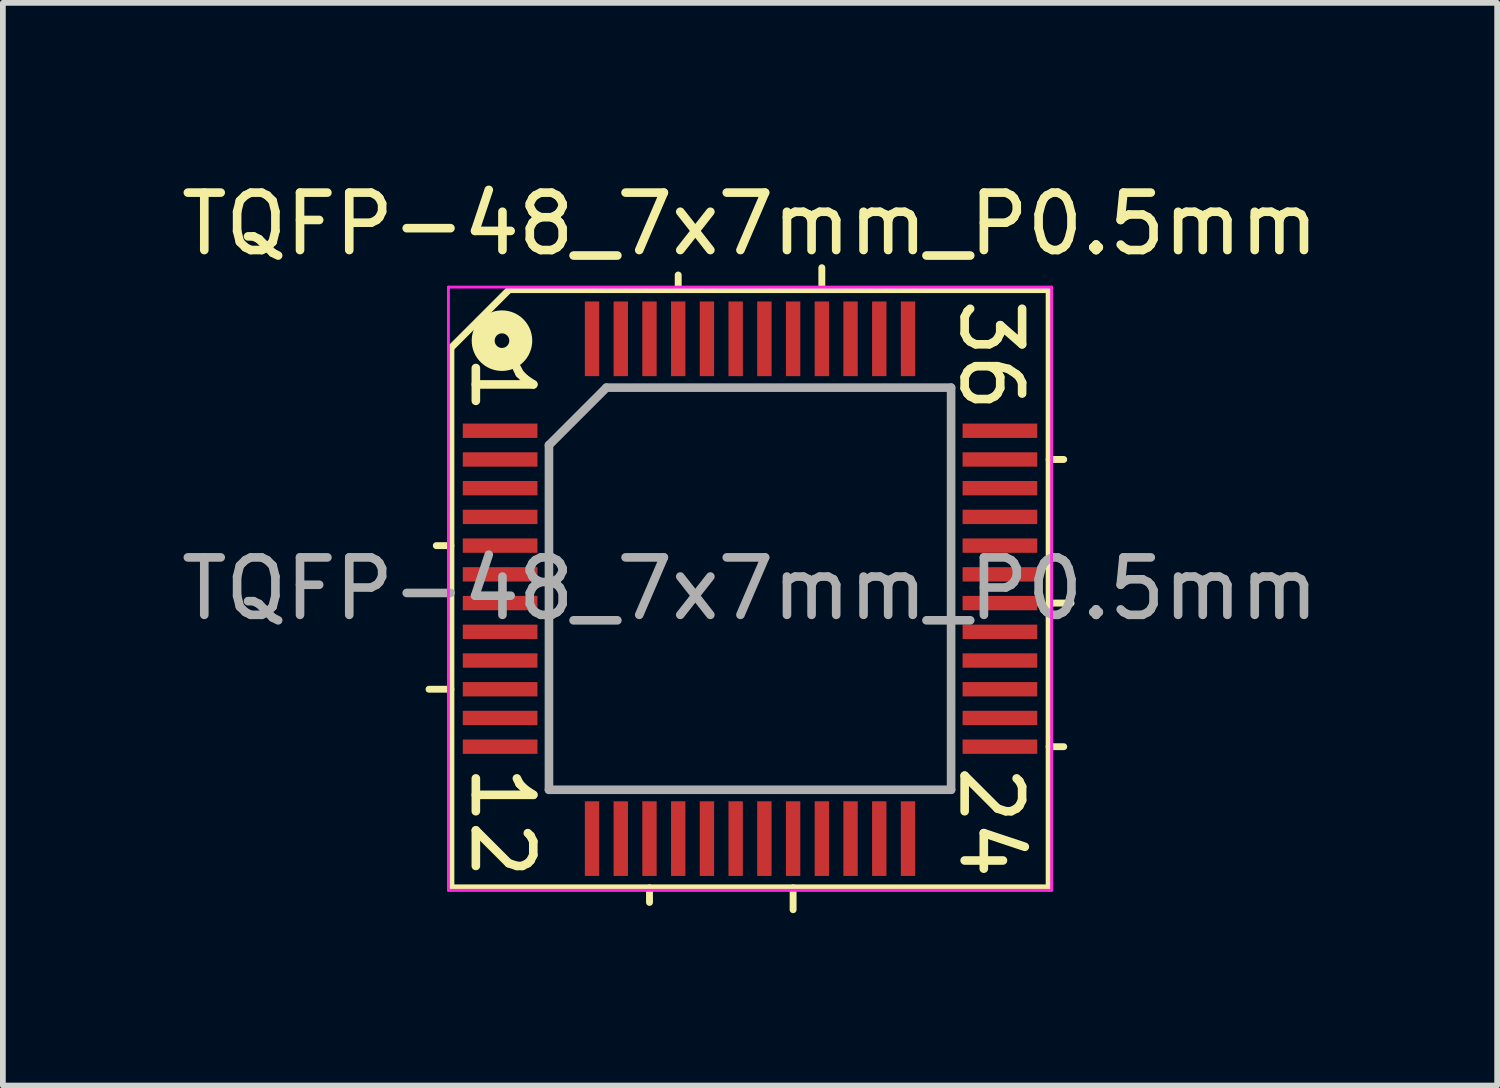
<source format=kicad_pcb>
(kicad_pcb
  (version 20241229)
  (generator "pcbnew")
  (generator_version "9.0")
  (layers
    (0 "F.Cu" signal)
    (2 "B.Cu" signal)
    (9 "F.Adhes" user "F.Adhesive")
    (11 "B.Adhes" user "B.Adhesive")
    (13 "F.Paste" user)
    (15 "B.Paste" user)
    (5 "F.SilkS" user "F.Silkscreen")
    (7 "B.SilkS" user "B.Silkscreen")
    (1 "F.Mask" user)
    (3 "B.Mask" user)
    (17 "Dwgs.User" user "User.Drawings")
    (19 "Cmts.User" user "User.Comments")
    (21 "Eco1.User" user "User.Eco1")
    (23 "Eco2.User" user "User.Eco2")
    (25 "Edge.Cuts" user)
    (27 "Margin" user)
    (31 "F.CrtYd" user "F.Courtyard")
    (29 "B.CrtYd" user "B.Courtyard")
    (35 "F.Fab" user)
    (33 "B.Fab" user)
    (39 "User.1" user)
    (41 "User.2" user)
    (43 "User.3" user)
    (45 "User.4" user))
  (footprint "TQFP-48_7x7mm_P0.5mm"
    (layer "F.Cu")
    (at 10.006 7.198)
    (property "Reference" "TQFP-48_7x7mm_P0.5mm" (at 0 -6.35 0) (layer "F.SilkS") (effects (font (size 1 1) (thickness 0.15))))
    (attr smd)
    (fp_line (start -5.207 -4.191) (end -5.207 5.207) (stroke (width 0.12) (type solid)) (layer "F.SilkS"))
    (fp_line (start -5.207 -0.75) (end -5.461 -0.75) (stroke (width 0.12) (type solid)) (layer "F.SilkS"))
    (fp_line (start -5.207 1.75) (end -5.588 1.75) (stroke (width 0.12) (type solid)) (layer "F.SilkS"))
    (fp_line (start -5.207 5.207) (end 5.207 5.207) (stroke (width 0.12) (type solid)) (layer "F.SilkS"))
    (fp_line (start -4.191 -5.207) (end -5.207 -4.191) (stroke (width 0.12) (type solid)) (layer "F.SilkS"))
    (fp_line (start -1.75 5.207) (end -1.75 5.461) (stroke (width 0.12) (type solid)) (layer "F.SilkS"))
    (fp_line (start -1.25 -5.207) (end -1.25 -5.461) (stroke (width 0.12) (type solid)) (layer "F.SilkS"))
    (fp_line (start 0.75 5.207) (end 0.75 5.588) (stroke (width 0.12) (type solid)) (layer "F.SilkS"))
    (fp_line (start 1.25 -5.207) (end 1.25 -5.588) (stroke (width 0.12) (type solid)) (layer "F.SilkS"))
    (fp_line (start 5.207 -5.207) (end -4.191 -5.207) (stroke (width 0.12) (type solid)) (layer "F.SilkS"))
    (fp_line (start 5.207 -2.25) (end 5.461 -2.25) (stroke (width 0.12) (type solid)) (layer "F.SilkS"))
    (fp_line (start 5.207 0.25) (end 5.588 0.25) (stroke (width 0.12) (type solid)) (layer "F.SilkS"))
    (fp_line (start 5.207 2.75) (end 5.461 2.75) (stroke (width 0.12) (type solid)) (layer "F.SilkS"))
    (fp_line (start 5.207 5.207) (end 5.207 -5.207) (stroke (width 0.12) (type solid)) (layer "F.SilkS"))
    (fp_circle (center -4.318 -4.318) (end -4.191 -4.318) (stroke (width 0.4) (type solid)) (fill no) (layer "F.SilkS"))
    (fp_line (start -5.25 -5.25) (end -5.25 5.25) (stroke (width 0.05) (type solid)) (layer "F.CrtYd"))
    (fp_line (start -5.25 -5.25) (end 5.25 -5.25) (stroke (width 0.05) (type solid)) (layer "F.CrtYd"))
    (fp_line (start -5.25 5.25) (end 5.25 5.25) (stroke (width 0.05) (type solid)) (layer "F.CrtYd"))
    (fp_line (start 5.25 -5.25) (end 5.25 5.25) (stroke (width 0.05) (type solid)) (layer "F.CrtYd"))
    (fp_line (start -3.5 -2.5) (end -2.5 -3.5) (stroke (width 0.15) (type solid)) (layer "F.Fab"))
    (fp_line (start -3.5 3.5) (end -3.5 -2.5) (stroke (width 0.15) (type solid)) (layer "F.Fab"))
    (fp_line (start -2.5 -3.5) (end 3.5 -3.5) (stroke (width 0.15) (type solid)) (layer "F.Fab"))
    (fp_line (start 3.5 -3.5) (end 3.5 3.5) (stroke (width 0.15) (type solid)) (layer "F.Fab"))
    (fp_line (start 3.5 3.5) (end -3.5 3.5) (stroke (width 0.15) (type solid)) (layer "F.Fab"))
    (fp_text user "36" (at 4.191 -4.064 270) (unlocked yes) (layer "F.SilkS") (effects (font (size 1 1) (thickness 0.15))))
    (fp_text user "24" (at 4.191 4.064 270) (unlocked yes) (layer "F.SilkS") (effects (font (size 1 1) (thickness 0.15))))
    (fp_text user "12" (at -4.318 4.064 270) (unlocked yes) (layer "F.SilkS") (effects (font (size 1 1) (thickness 0.15))))
    (fp_text user "1" (at -4.318 -3.556 270) (unlocked yes) (layer "F.SilkS") (effects (font (size 1 1) (thickness 0.15))))
    (fp_text user "${REFERENCE}" (at 0 0 0) (layer "F.Fab") (effects (font (size 1 1) (thickness 0.15))))
    (pad "1" smd rect (at -4.35 -2.75) (size 1.3 0.25) (layers "F.Cu" "F.Mask" "F.Paste"))
    (pad "2" smd rect (at -4.35 -2.25) (size 1.3 0.25) (layers "F.Cu" "F.Mask" "F.Paste"))
    (pad "3" smd rect (at -4.35 -1.75) (size 1.3 0.25) (layers "F.Cu" "F.Mask" "F.Paste"))
    (pad "4" smd rect (at -4.35 -1.25) (size 1.3 0.25) (layers "F.Cu" "F.Mask" "F.Paste"))
    (pad "5" smd rect (at -4.35 -0.75) (size 1.3 0.25) (layers "F.Cu" "F.Mask" "F.Paste"))
    (pad "6" smd rect (at -4.35 -0.25) (size 1.3 0.25) (layers "F.Cu" "F.Mask" "F.Paste"))
    (pad "7" smd rect (at -4.35 0.25) (size 1.3 0.25) (layers "F.Cu" "F.Mask" "F.Paste"))
    (pad "8" smd rect (at -4.35 0.75) (size 1.3 0.25) (layers "F.Cu" "F.Mask" "F.Paste"))
    (pad "9" smd rect (at -4.35 1.25) (size 1.3 0.25) (layers "F.Cu" "F.Mask" "F.Paste"))
    (pad "10" smd rect (at -4.35 1.75) (size 1.3 0.25) (layers "F.Cu" "F.Mask" "F.Paste"))
    (pad "11" smd rect (at -4.35 2.25) (size 1.3 0.25) (layers "F.Cu" "F.Mask" "F.Paste"))
    (pad "12" smd rect (at -4.35 2.75) (size 1.3 0.25) (layers "F.Cu" "F.Mask" "F.Paste"))
    (pad "13" smd rect (at -2.75 4.35 90) (size 1.3 0.25) (layers "F.Cu" "F.Mask" "F.Paste"))
    (pad "14" smd rect (at -2.25 4.35 90) (size 1.3 0.25) (layers "F.Cu" "F.Mask" "F.Paste"))
    (pad "15" smd rect (at -1.75 4.35 90) (size 1.3 0.25) (layers "F.Cu" "F.Mask" "F.Paste"))
    (pad "16" smd rect (at -1.25 4.35 90) (size 1.3 0.25) (layers "F.Cu" "F.Mask" "F.Paste"))
    (pad "17" smd rect (at -0.75 4.35 90) (size 1.3 0.25) (layers "F.Cu" "F.Mask" "F.Paste"))
    (pad "18" smd rect (at -0.25 4.35 90) (size 1.3 0.25) (layers "F.Cu" "F.Mask" "F.Paste"))
    (pad "19" smd rect (at 0.25 4.35 90) (size 1.3 0.25) (layers "F.Cu" "F.Mask" "F.Paste"))
    (pad "20" smd rect (at 0.75 4.35 90) (size 1.3 0.25) (layers "F.Cu" "F.Mask" "F.Paste"))
    (pad "21" smd rect (at 1.25 4.35 90) (size 1.3 0.25) (layers "F.Cu" "F.Mask" "F.Paste"))
    (pad "22" smd rect (at 1.75 4.35 90) (size 1.3 0.25) (layers "F.Cu" "F.Mask" "F.Paste"))
    (pad "23" smd rect (at 2.25 4.35 90) (size 1.3 0.25) (layers "F.Cu" "F.Mask" "F.Paste"))
    (pad "24" smd rect (at 2.75 4.35 90) (size 1.3 0.25) (layers "F.Cu" "F.Mask" "F.Paste"))
    (pad "25" smd rect (at 4.35 2.75) (size 1.3 0.25) (layers "F.Cu" "F.Mask" "F.Paste"))
    (pad "26" smd rect (at 4.35 2.25) (size 1.3 0.25) (layers "F.Cu" "F.Mask" "F.Paste"))
    (pad "27" smd rect (at 4.35 1.75) (size 1.3 0.25) (layers "F.Cu" "F.Mask" "F.Paste"))
    (pad "28" smd rect (at 4.35 1.25) (size 1.3 0.25) (layers "F.Cu" "F.Mask" "F.Paste"))
    (pad "29" smd rect (at 4.35 0.75) (size 1.3 0.25) (layers "F.Cu" "F.Mask" "F.Paste"))
    (pad "30" smd rect (at 4.35 0.25) (size 1.3 0.25) (layers "F.Cu" "F.Mask" "F.Paste"))
    (pad "31" smd rect (at 4.35 -0.25) (size 1.3 0.25) (layers "F.Cu" "F.Mask" "F.Paste"))
    (pad "32" smd rect (at 4.35 -0.75) (size 1.3 0.25) (layers "F.Cu" "F.Mask" "F.Paste"))
    (pad "33" smd rect (at 4.35 -1.25) (size 1.3 0.25) (layers "F.Cu" "F.Mask" "F.Paste"))
    (pad "34" smd rect (at 4.35 -1.75) (size 1.3 0.25) (layers "F.Cu" "F.Mask" "F.Paste"))
    (pad "35" smd rect (at 4.35 -2.25) (size 1.3 0.25) (layers "F.Cu" "F.Mask" "F.Paste"))
    (pad "36" smd rect (at 4.35 -2.75) (size 1.3 0.25) (layers "F.Cu" "F.Mask" "F.Paste"))
    (pad "37" smd rect (at 2.75 -4.35 90) (size 1.3 0.25) (layers "F.Cu" "F.Mask" "F.Paste"))
    (pad "38" smd rect (at 2.25 -4.35 90) (size 1.3 0.25) (layers "F.Cu" "F.Mask" "F.Paste"))
    (pad "39" smd rect (at 1.75 -4.35 90) (size 1.3 0.25) (layers "F.Cu" "F.Mask" "F.Paste"))
    (pad "40" smd rect (at 1.25 -4.35 90) (size 1.3 0.25) (layers "F.Cu" "F.Mask" "F.Paste"))
    (pad "41" smd rect (at 0.75 -4.35 90) (size 1.3 0.25) (layers "F.Cu" "F.Mask" "F.Paste"))
    (pad "42" smd rect (at 0.25 -4.35 90) (size 1.3 0.25) (layers "F.Cu" "F.Mask" "F.Paste"))
    (pad "43" smd rect (at -0.25 -4.35 90) (size 1.3 0.25) (layers "F.Cu" "F.Mask" "F.Paste"))
    (pad "44" smd rect (at -0.75 -4.35 90) (size 1.3 0.25) (layers "F.Cu" "F.Mask" "F.Paste"))
    (pad "45" smd rect (at -1.25 -4.35 90) (size 1.3 0.25) (layers "F.Cu" "F.Mask" "F.Paste"))
    (pad "46" smd rect (at -1.75 -4.35 90) (size 1.3 0.25) (layers "F.Cu" "F.Mask" "F.Paste"))
    (pad "47" smd rect (at -2.25 -4.35 90) (size 1.3 0.25) (layers "F.Cu" "F.Mask" "F.Paste"))
    (pad "48" smd rect (at -2.75 -4.35 90) (size 1.3 0.25) (layers "F.Cu" "F.Mask" "F.Paste")))
  (gr_rect
    (start -3 -3)
    (end 23.012 15.846)
    (stroke (width 0.1) (type default))
    (fill no)
    (layer "Edge.Cuts")))
</source>
